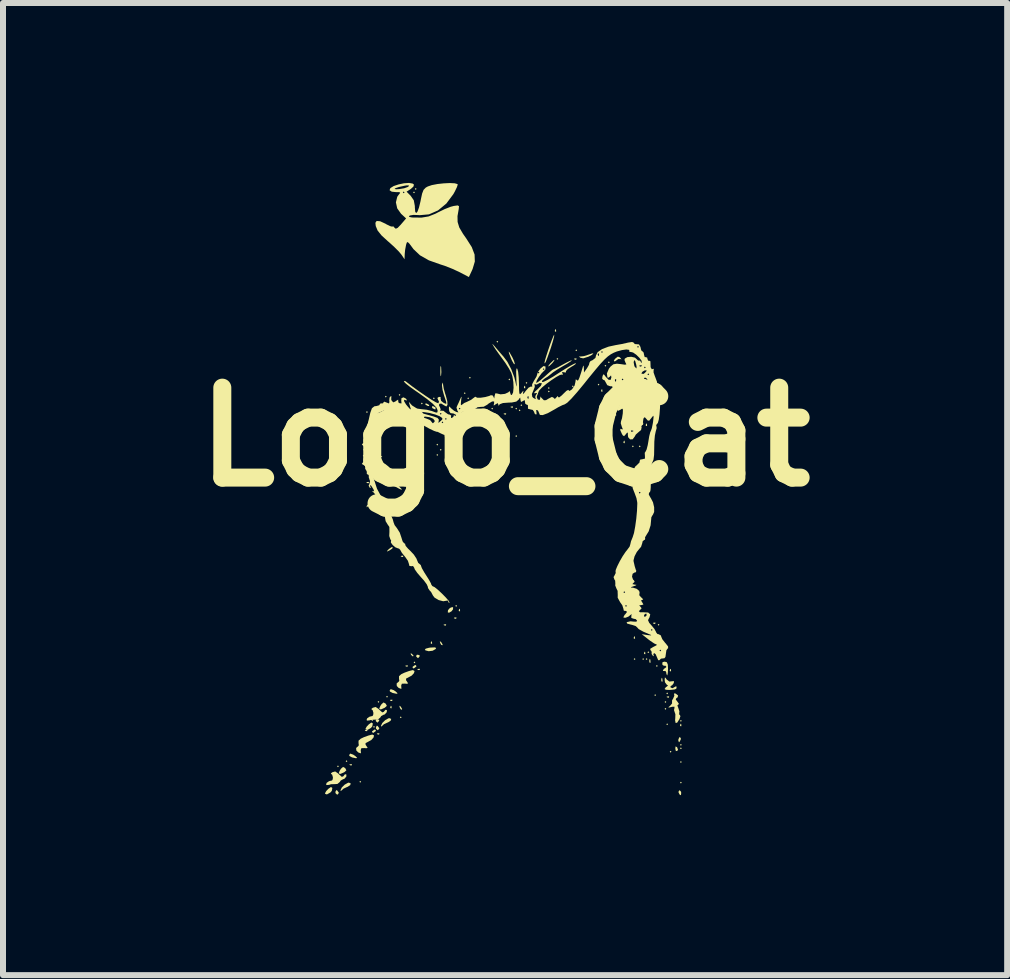
<source format=kicad_pcb>
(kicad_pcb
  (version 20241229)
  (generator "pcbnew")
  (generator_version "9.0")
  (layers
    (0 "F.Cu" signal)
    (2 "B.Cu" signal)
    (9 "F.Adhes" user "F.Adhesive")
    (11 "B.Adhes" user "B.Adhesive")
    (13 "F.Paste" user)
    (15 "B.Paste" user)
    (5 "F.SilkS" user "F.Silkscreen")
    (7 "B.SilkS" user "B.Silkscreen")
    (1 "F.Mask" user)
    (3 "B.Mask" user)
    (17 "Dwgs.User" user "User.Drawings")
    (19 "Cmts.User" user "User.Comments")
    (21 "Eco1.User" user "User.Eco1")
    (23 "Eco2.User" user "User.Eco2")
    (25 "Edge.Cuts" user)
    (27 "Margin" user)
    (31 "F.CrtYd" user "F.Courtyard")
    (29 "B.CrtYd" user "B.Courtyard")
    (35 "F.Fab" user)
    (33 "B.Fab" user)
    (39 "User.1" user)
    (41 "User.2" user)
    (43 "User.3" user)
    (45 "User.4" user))
  (footprint "Logo_Cat"
    (layer "F.Cu")
    (at 5.371 4.235)
    (property "Reference" "Logo_Cat" (at 0 0 0) (layer "F.SilkS") (effects (font (size 1.5 1.5) (thickness 0.3))))
    (attr board_only exclude_from_pos_files exclude_from_bom)
    (fp_poly (pts (xy -2.772 5.493) (xy -2.786 5.507) (xy -2.8 5.493) (xy -2.786 5.478)) (stroke (width 0) (type solid)) (fill yes) (layer "F.SilkS"))
    (fp_poly (pts (xy -2.629 5.407) (xy -2.643 5.421) (xy -2.657 5.407) (xy -2.643 5.392)) (stroke (width 0) (type solid)) (fill yes) (layer "F.SilkS"))
    (fp_poly (pts (xy -2.4 5.75) (xy -2.414 5.764) (xy -2.429 5.75) (xy -2.414 5.736)) (stroke (width 0) (type solid)) (fill yes) (layer "F.SilkS"))
    (fp_poly (pts (xy -2.288 -0.415) (xy -2.303 -0.4) (xy -2.317 -0.415) (xy -2.303 -0.429)) (stroke (width 0) (type solid)) (fill yes) (layer "F.SilkS"))
    (fp_poly (pts (xy -2.171 4.835) (xy -2.185 4.849) (xy -2.2 4.835) (xy -2.185 4.82)) (stroke (width 0) (type solid)) (fill yes) (layer "F.SilkS"))
    (fp_poly (pts (xy -2.097 4.418) (xy -2.111 4.432) (xy -2.125 4.418) (xy -2.111 4.403)) (stroke (width 0) (type solid)) (fill yes) (layer "F.SilkS"))
    (fp_poly (pts (xy -2.088 1.187) (xy -2.102 1.201) (xy -2.117 1.187) (xy -2.102 1.173)) (stroke (width 0) (type solid)) (fill yes) (layer "F.SilkS"))
    (fp_poly (pts (xy -1.974 -0.672) (xy -1.988 -0.658) (xy -2.002 -0.672) (xy -1.988 -0.686)) (stroke (width 0) (type solid)) (fill yes) (layer "F.SilkS"))
    (fp_poly (pts (xy -1.954 4.332) (xy -1.968 4.346) (xy -1.982 4.332) (xy -1.968 4.317)) (stroke (width 0) (type solid)) (fill yes) (layer "F.SilkS"))
    (fp_poly (pts (xy -1.745 -0.701) (xy -1.759 -0.686) (xy -1.773 -0.701) (xy -1.759 -0.715)) (stroke (width 0) (type solid)) (fill yes) (layer "F.SilkS"))
    (fp_poly (pts (xy -1.725 4.675) (xy -1.739 4.689) (xy -1.754 4.675) (xy -1.739 4.661)) (stroke (width 0) (type solid)) (fill yes) (layer "F.SilkS"))
    (fp_poly (pts (xy -1.716 0.758) (xy -1.731 0.772) (xy -1.745 0.758) (xy -1.731 0.744)) (stroke (width 0) (type solid)) (fill yes) (layer "F.SilkS"))
    (fp_poly (pts (xy -1.504 -4.077) (xy -1.518 -4.063) (xy -1.533 -4.077) (xy -1.518 -4.092)) (stroke (width 0) (type solid)) (fill yes) (layer "F.SilkS"))
    (fp_poly (pts (xy -1.496 3.76) (xy -1.51 3.774) (xy -1.525 3.76) (xy -1.51 3.745)) (stroke (width 0) (type solid)) (fill yes) (layer "F.SilkS"))
    (fp_poly (pts (xy -1.475 -4.135) (xy -1.49 -4.12) (xy -1.504 -4.135) (xy -1.49 -4.149)) (stroke (width 0) (type solid)) (fill yes) (layer "F.SilkS"))
    (fp_poly (pts (xy -1.373 -0.558) (xy -1.387 -0.543) (xy -1.402 -0.558) (xy -1.387 -0.572)) (stroke (width 0) (type solid)) (fill yes) (layer "F.SilkS"))
    (fp_poly (pts (xy -1.173 -0.644) (xy -1.187 -0.629) (xy -1.201 -0.644) (xy -1.187 -0.658)) (stroke (width 0) (type solid)) (fill yes) (layer "F.SilkS"))
    (fp_poly (pts (xy -1.116 0.129) (xy -1.13 0.143) (xy -1.144 0.129) (xy -1.13 0.114)) (stroke (width 0) (type solid)) (fill yes) (layer "F.SilkS"))
    (fp_poly (pts (xy -1.116 0.3) (xy -1.13 0.315) (xy -1.144 0.3) (xy -1.13 0.286)) (stroke (width 0) (type solid)) (fill yes) (layer "F.SilkS"))
    (fp_poly (pts (xy -1.058 0.215) (xy -1.073 0.229) (xy -1.087 0.215) (xy -1.073 0.2)) (stroke (width 0) (type solid)) (fill yes) (layer "F.SilkS"))
    (fp_poly (pts (xy -0.915 0.329) (xy -0.93 0.343) (xy -0.944 0.329) (xy -0.93 0.315)) (stroke (width 0) (type solid)) (fill yes) (layer "F.SilkS"))
    (fp_poly (pts (xy -0.915 0.386) (xy -0.93 0.4) (xy -0.944 0.386) (xy -0.93 0.372)) (stroke (width 0) (type solid)) (fill yes) (layer "F.SilkS"))
    (fp_poly (pts (xy -0.83 0.272) (xy -0.844 0.286) (xy -0.858 0.272) (xy -0.844 0.257)) (stroke (width 0) (type solid)) (fill yes) (layer "F.SilkS"))
    (fp_poly (pts (xy -0.83 0.443) (xy -0.844 0.458) (xy -0.858 0.443) (xy -0.844 0.429)) (stroke (width 0) (type solid)) (fill yes) (layer "F.SilkS"))
    (fp_poly (pts (xy -0.801 2.817) (xy -0.815 2.832) (xy -0.83 2.817) (xy -0.815 2.803)) (stroke (width 0) (type solid)) (fill yes) (layer "F.SilkS"))
    (fp_poly (pts (xy -0.715 0.501) (xy -0.729 0.515) (xy -0.744 0.501) (xy -0.729 0.486)) (stroke (width 0) (type solid)) (fill yes) (layer "F.SilkS"))
    (fp_poly (pts (xy -0.658 -0.729) (xy -0.672 -0.715) (xy -0.686 -0.729) (xy -0.672 -0.744)) (stroke (width 0) (type solid)) (fill yes) (layer "F.SilkS"))
    (fp_poly (pts (xy -0.629 -0.272) (xy -0.644 -0.257) (xy -0.658 -0.272) (xy -0.644 -0.286)) (stroke (width 0) (type solid)) (fill yes) (layer "F.SilkS"))
    (fp_poly (pts (xy -0.601 -0.644) (xy -0.615 -0.629) (xy -0.629 -0.644) (xy -0.615 -0.658)) (stroke (width 0) (type solid)) (fill yes) (layer "F.SilkS"))
    (fp_poly (pts (xy -0.572 -0.987) (xy -0.586 -0.973) (xy -0.601 -0.987) (xy -0.586 -1.001)) (stroke (width 0) (type solid)) (fill yes) (layer "F.SilkS"))
    (fp_poly (pts (xy -0.515 -0.3) (xy -0.529 -0.286) (xy -0.543 -0.3) (xy -0.529 -0.315)) (stroke (width 0) (type solid)) (fill yes) (layer "F.SilkS"))
    (fp_poly (pts (xy -0.286 -0.415) (xy -0.3 -0.4) (xy -0.315 -0.415) (xy -0.3 -0.429)) (stroke (width 0) (type solid)) (fill yes) (layer "F.SilkS"))
    (fp_poly (pts (xy -0.2 -0.472) (xy -0.215 -0.458) (xy -0.229 -0.472) (xy -0.215 -0.486)) (stroke (width 0) (type solid)) (fill yes) (layer "F.SilkS"))
    (fp_poly (pts (xy -0.114 -1.588) (xy -0.129 -1.573) (xy -0.143 -1.588) (xy -0.129 -1.602)) (stroke (width 0) (type solid)) (fill yes) (layer "F.SilkS"))
    (fp_poly (pts (xy 0.086 -0.958) (xy 0.072 -0.944) (xy 0.057 -0.958) (xy 0.072 -0.973)) (stroke (width 0) (type solid)) (fill yes) (layer "F.SilkS"))
    (fp_poly (pts (xy 0.2 -0.472) (xy 0.186 -0.458) (xy 0.172 -0.472) (xy 0.186 -0.486)) (stroke (width 0) (type solid)) (fill yes) (layer "F.SilkS"))
    (fp_poly (pts (xy 0.2 -0.014) (xy 0.186 -0.000001) (xy 0.172 -0.014) (xy 0.186 -0.029)) (stroke (width 0) (type solid)) (fill yes) (layer "F.SilkS"))
    (fp_poly (pts (xy 0.257 -0.443) (xy 0.243 -0.429) (xy 0.229 -0.443) (xy 0.243 -0.458)) (stroke (width 0) (type solid)) (fill yes) (layer "F.SilkS"))
    (fp_poly (pts (xy 0.286 -0.529) (xy 0.272 -0.515) (xy 0.257 -0.529) (xy 0.272 -0.543)) (stroke (width 0) (type solid)) (fill yes) (layer "F.SilkS"))
    (fp_poly (pts (xy 0.372 -0.901) (xy 0.358 -0.887) (xy 0.343 -0.901) (xy 0.358 -0.915)) (stroke (width 0) (type solid)) (fill yes) (layer "F.SilkS"))
    (fp_poly (pts (xy 0.744 -0.815) (xy 0.729 -0.801) (xy 0.715 -0.815) (xy 0.729 -0.83)) (stroke (width 0) (type solid)) (fill yes) (layer "F.SilkS"))
    (fp_poly (pts (xy 0.744 -0.758) (xy 0.729 -0.744) (xy 0.715 -0.758) (xy 0.729 -0.772)) (stroke (width 0) (type solid)) (fill yes) (layer "F.SilkS"))
    (fp_poly (pts (xy 0.887 -1.301) (xy 0.872 -1.287) (xy 0.858 -1.301) (xy 0.872 -1.316)) (stroke (width 0) (type solid)) (fill yes) (layer "F.SilkS"))
    (fp_poly (pts (xy 1.144 -0.844) (xy 1.13 -0.83) (xy 1.116 -0.844) (xy 1.13 -0.858)) (stroke (width 0) (type solid)) (fill yes) (layer "F.SilkS"))
    (fp_poly (pts (xy 1.201 -1.444) (xy 1.187 -1.43) (xy 1.173 -1.444) (xy 1.187 -1.459)) (stroke (width 0) (type solid)) (fill yes) (layer "F.SilkS"))
    (fp_poly (pts (xy 1.573 -0.872) (xy 1.559 -0.858) (xy 1.545 -0.872) (xy 1.559 -0.887)) (stroke (width 0) (type solid)) (fill yes) (layer "F.SilkS"))
    (fp_poly (pts (xy 1.688 -1.187) (xy 1.673 -1.173) (xy 1.659 -1.187) (xy 1.673 -1.201)) (stroke (width 0) (type solid)) (fill yes) (layer "F.SilkS"))
    (fp_poly (pts (xy 1.716 -0.672) (xy 1.702 -0.658) (xy 1.688 -0.672) (xy 1.702 -0.686)) (stroke (width 0) (type solid)) (fill yes) (layer "F.SilkS"))
    (fp_poly (pts (xy 1.745 -1.244) (xy 1.731 -1.23) (xy 1.716 -1.244) (xy 1.731 -1.259)) (stroke (width 0) (type solid)) (fill yes) (layer "F.SilkS"))
    (fp_poly (pts (xy 1.745 -0.358) (xy 1.731 -0.343) (xy 1.716 -0.358) (xy 1.731 -0.372)) (stroke (width 0) (type solid)) (fill yes) (layer "F.SilkS"))
    (fp_poly (pts (xy 1.802 -0.615) (xy 1.788 -0.601) (xy 1.773 -0.615) (xy 1.788 -0.629)) (stroke (width 0) (type solid)) (fill yes) (layer "F.SilkS"))
    (fp_poly (pts (xy 2.145 0.157) (xy 2.131 0.172) (xy 2.117 0.157) (xy 2.131 0.143)) (stroke (width 0) (type solid)) (fill yes) (layer "F.SilkS"))
    (fp_poly (pts (xy 2.174 3.704) (xy 2.16 3.718) (xy 2.145 3.704) (xy 2.16 3.69)) (stroke (width 0) (type solid)) (fill yes) (layer "F.SilkS"))
    (fp_poly (pts (xy 2.26 0.157) (xy 2.245 0.172) (xy 2.231 0.157) (xy 2.245 0.143)) (stroke (width 0) (type solid)) (fill yes) (layer "F.SilkS"))
    (fp_poly (pts (xy 2.317 3.704) (xy 2.303 3.718) (xy 2.288 3.704) (xy 2.303 3.69)) (stroke (width 0) (type solid)) (fill yes) (layer "F.SilkS"))
    (fp_poly (pts (xy 2.374 3.704) (xy 2.36 3.718) (xy 2.345 3.704) (xy 2.36 3.69)) (stroke (width 0) (type solid)) (fill yes) (layer "F.SilkS"))
    (fp_poly (pts (xy 2.403 3.59) (xy 2.388 3.604) (xy 2.374 3.59) (xy 2.388 3.575)) (stroke (width 0) (type solid)) (fill yes) (layer "F.SilkS"))
    (fp_poly (pts (xy 2.517 4.305) (xy 2.503 4.319) (xy 2.489 4.305) (xy 2.503 4.291)) (stroke (width 0) (type solid)) (fill yes) (layer "F.SilkS"))
    (fp_poly (pts (xy 2.546 3.819) (xy 2.531 3.833) (xy 2.517 3.819) (xy 2.531 3.804)) (stroke (width 0) (type solid)) (fill yes) (layer "F.SilkS"))
    (fp_poly (pts (xy 2.574 3.132) (xy 2.56 3.146) (xy 2.546 3.132) (xy 2.56 3.118)) (stroke (width 0) (type solid)) (fill yes) (layer "F.SilkS"))
    (fp_poly (pts (xy 2.689 4.419) (xy 2.674 4.434) (xy 2.66 4.419) (xy 2.674 4.405)) (stroke (width 0) (type solid)) (fill yes) (layer "F.SilkS"))
    (fp_poly (pts (xy 2.689 4.534) (xy 2.674 4.548) (xy 2.66 4.534) (xy 2.674 4.519)) (stroke (width 0) (type solid)) (fill yes) (layer "F.SilkS"))
    (fp_poly (pts (xy 2.717 4.276) (xy 2.703 4.291) (xy 2.689 4.276) (xy 2.703 4.262)) (stroke (width 0) (type solid)) (fill yes) (layer "F.SilkS"))
    (fp_poly (pts (xy 2.717 4.791) (xy 2.703 4.805) (xy 2.689 4.791) (xy 2.703 4.777)) (stroke (width 0) (type solid)) (fill yes) (layer "F.SilkS"))
    (fp_poly (pts (xy 2.775 5.249) (xy 2.76 5.263) (xy 2.746 5.249) (xy 2.76 5.234)) (stroke (width 0) (type solid)) (fill yes) (layer "F.SilkS"))
    (fp_poly (pts (xy 2.946 4.734) (xy 2.932 4.748) (xy 2.918 4.734) (xy 2.932 4.72)) (stroke (width 0) (type solid)) (fill yes) (layer "F.SilkS"))
    (fp_poly (pts (xy 2.946 5.134) (xy 2.932 5.149) (xy 2.918 5.134) (xy 2.932 5.12)) (stroke (width 0) (type solid)) (fill yes) (layer "F.SilkS"))
    (fp_poly (pts (xy 2.946 5.192) (xy 2.932 5.206) (xy 2.918 5.192) (xy 2.932 5.177)) (stroke (width 0) (type solid)) (fill yes) (layer "F.SilkS"))
    (fp_poly (pts (xy 2.946 5.42) (xy 2.932 5.435) (xy 2.918 5.42) (xy 2.932 5.406)) (stroke (width 0) (type solid)) (fill yes) (layer "F.SilkS"))
    (fp_poly (pts (xy 2.946 5.764) (xy 2.932 5.778) (xy 2.918 5.764) (xy 2.932 5.749)) (stroke (width 0) (type solid)) (fill yes) (layer "F.SilkS"))
    (fp_poly (pts (xy -2.553 5.459) (xy -2.556 5.476) (xy -2.572 5.478) (xy -2.595 5.468) (xy -2.591 5.459) (xy -2.557 5.456)) (stroke (width 0) (type solid)) (fill yes) (layer "F.SilkS"))
    (fp_poly (pts (xy -2.295 4.887) (xy -2.299 4.904) (xy -2.314 4.906) (xy -2.338 4.896) (xy -2.333 4.887) (xy -2.299 4.884)) (stroke (width 0) (type solid)) (fill yes) (layer "F.SilkS"))
    (fp_poly (pts (xy -2.269 0.753) (xy -2.273 0.77) (xy -2.288 0.772) (xy -2.312 0.762) (xy -2.307 0.753) (xy -2.273 0.75)) (stroke (width 0) (type solid)) (fill yes) (layer "F.SilkS"))
    (fp_poly (pts (xy -2.095 4.944) (xy -2.099 4.961) (xy -2.114 4.963) (xy -2.138 4.953) (xy -2.133 4.944) (xy -2.099 4.941)) (stroke (width 0) (type solid)) (fill yes) (layer "F.SilkS"))
    (fp_poly (pts (xy -2.052 0.324) (xy -2.049 0.335) (xy -2.088 0.339) (xy -2.129 0.334) (xy -2.124 0.324) (xy -2.065 0.321)) (stroke (width 0) (type solid)) (fill yes) (layer "F.SilkS"))
    (fp_poly (pts (xy -1.895 4.487) (xy -1.891 4.521) (xy -1.895 4.525) (xy -1.912 4.521) (xy -1.914 4.506) (xy -1.903 4.482)) (stroke (width 0) (type solid)) (fill yes) (layer "F.SilkS"))
    (fp_poly (pts (xy -1.878 4.384) (xy -1.881 4.401) (xy -1.897 4.403) (xy -1.92 4.393) (xy -1.916 4.384) (xy -1.882 4.381)) (stroke (width 0) (type solid)) (fill yes) (layer "F.SilkS"))
    (fp_poly (pts (xy -1.697 1.983) (xy -1.701 2) (xy -1.716 2.002) (xy -1.74 1.992) (xy -1.735 1.983) (xy -1.701 1.98)) (stroke (width 0) (type solid)) (fill yes) (layer "F.SilkS"))
    (fp_poly (pts (xy -1.62 3.812) (xy -1.624 3.829) (xy -1.639 3.831) (xy -1.663 3.821) (xy -1.658 3.812) (xy -1.624 3.809)) (stroke (width 0) (type solid)) (fill yes) (layer "F.SilkS"))
    (fp_poly (pts (xy -1.42 3.869) (xy -1.424 3.886) (xy -1.439 3.888) (xy -1.463 3.878) (xy -1.458 3.869) (xy -1.424 3.866)) (stroke (width 0) (type solid)) (fill yes) (layer "F.SilkS"))
    (fp_poly (pts (xy -1.22 3.412) (xy -1.216 3.446) (xy -1.22 3.45) (xy -1.237 3.446) (xy -1.239 3.431) (xy -1.228 3.407)) (stroke (width 0) (type solid)) (fill yes) (layer "F.SilkS"))
    (fp_poly (pts (xy -0.982 3.127) (xy -0.986 3.144) (xy -1.001 3.146) (xy -1.025 3.136) (xy -1.02 3.127) (xy -0.986 3.124)) (stroke (width 0) (type solid)) (fill yes) (layer "F.SilkS"))
    (fp_poly (pts (xy -0.81 3.013) (xy -0.814 3.03) (xy -0.83 3.032) (xy -0.853 3.022) (xy -0.849 3.013) (xy -0.815 3.009)) (stroke (width 0) (type solid)) (fill yes) (layer "F.SilkS"))
    (fp_poly (pts (xy -0.753 2.87) (xy -0.75 2.904) (xy -0.753 2.908) (xy -0.77 2.904) (xy -0.772 2.889) (xy -0.762 2.865)) (stroke (width 0) (type solid)) (fill yes) (layer "F.SilkS"))
    (fp_poly (pts (xy -0.01 0.01) (xy -0.006 0.043) (xy -0.01 0.048) (xy -0.027 0.044) (xy -0.029 0.029) (xy -0.018 0.005)) (stroke (width 0) (type solid)) (fill yes) (layer "F.SilkS"))
    (fp_poly (pts (xy 0.019 -0.391) (xy 0.015 -0.374) (xy -0.000001 -0.372) (xy -0.024 -0.382) (xy -0.019 -0.391) (xy 0.015 -0.394)) (stroke (width 0) (type solid)) (fill yes) (layer "F.SilkS"))
    (fp_poly (pts (xy 0.133 -0.505) (xy 0.13 -0.488) (xy 0.114 -0.486) (xy 0.091 -0.497) (xy 0.095 -0.505) (xy 0.129 -0.509)) (stroke (width 0) (type solid)) (fill yes) (layer "F.SilkS"))
    (fp_poly (pts (xy 0.334 -0.849) (xy 0.337 -0.815) (xy 0.334 -0.81) (xy 0.317 -0.814) (xy 0.315 -0.83) (xy 0.325 -0.853)) (stroke (width 0) (type solid)) (fill yes) (layer "F.SilkS"))
    (fp_poly (pts (xy 0.849 -1.792) (xy 0.852 -1.759) (xy 0.849 -1.754) (xy 0.832 -1.758) (xy 0.83 -1.773) (xy 0.84 -1.797)) (stroke (width 0) (type solid)) (fill yes) (layer "F.SilkS"))
    (fp_poly (pts (xy 1.192 -1.306) (xy 1.188 -1.289) (xy 1.173 -1.287) (xy 1.149 -1.298) (xy 1.154 -1.306) (xy 1.188 -1.31)) (stroke (width 0) (type solid)) (fill yes) (layer "F.SilkS"))
    (fp_poly (pts (xy 1.621 -0.791) (xy 1.624 -0.757) (xy 1.621 -0.753) (xy 1.604 -0.757) (xy 1.602 -0.772) (xy 1.612 -0.796)) (stroke (width 0) (type solid)) (fill yes) (layer "F.SilkS"))
    (fp_poly (pts (xy 1.707 -0.448) (xy 1.71 -0.414) (xy 1.707 -0.41) (xy 1.69 -0.414) (xy 1.688 -0.429) (xy 1.698 -0.453)) (stroke (width 0) (type solid)) (fill yes) (layer "F.SilkS"))
    (fp_poly (pts (xy 1.85 -0.391) (xy 1.853 -0.357) (xy 1.85 -0.353) (xy 1.833 -0.357) (xy 1.831 -0.372) (xy 1.841 -0.395)) (stroke (width 0) (type solid)) (fill yes) (layer "F.SilkS"))
    (fp_poly (pts (xy 1.993 0.067) (xy 1.996 0.101) (xy 1.993 0.105) (xy 1.976 0.101) (xy 1.974 0.086) (xy 1.984 0.062)) (stroke (width 0) (type solid)) (fill yes) (layer "F.SilkS"))
    (fp_poly (pts (xy 2.164 3.328) (xy 2.168 3.361) (xy 2.164 3.366) (xy 2.147 3.362) (xy 2.145 3.347) (xy 2.156 3.323)) (stroke (width 0) (type solid)) (fill yes) (layer "F.SilkS"))
    (fp_poly (pts (xy 2.336 3.585) (xy 2.339 3.619) (xy 2.336 3.623) (xy 2.319 3.619) (xy 2.317 3.604) (xy 2.327 3.581)) (stroke (width 0) (type solid)) (fill yes) (layer "F.SilkS"))
    (fp_poly (pts (xy 2.365 -0.219) (xy 2.368 -0.185) (xy 2.365 -0.181) (xy 2.348 -0.185) (xy 2.345 -0.2) (xy 2.356 -0.224)) (stroke (width 0) (type solid)) (fill yes) (layer "F.SilkS"))
    (fp_poly (pts (xy 2.422 3.713) (xy 2.426 3.758) (xy 2.42 3.768) (xy 2.407 3.759) (xy 2.405 3.73) (xy 2.412 3.7)) (stroke (width 0) (type solid)) (fill yes) (layer "F.SilkS"))
    (fp_poly (pts (xy 2.508 3.099) (xy 2.504 3.116) (xy 2.489 3.118) (xy 2.465 3.107) (xy 2.469 3.099) (xy 2.503 3.095)) (stroke (width 0) (type solid)) (fill yes) (layer "F.SilkS"))
    (fp_poly (pts (xy 2.622 4.028) (xy 2.626 4.072) (xy 2.62 4.083) (xy 2.607 4.074) (xy 2.605 4.045) (xy 2.612 4.015)) (stroke (width 0) (type solid)) (fill yes) (layer "F.SilkS"))
    (fp_poly (pts (xy 2.736 4.329) (xy 2.732 4.346) (xy 2.717 4.348) (xy 2.694 4.337) (xy 2.698 4.329) (xy 2.732 4.325)) (stroke (width 0) (type solid)) (fill yes) (layer "F.SilkS"))
    (fp_poly (pts (xy 2.765 3.871) (xy 2.768 3.905) (xy 2.765 3.909) (xy 2.748 3.905) (xy 2.746 3.89) (xy 2.756 3.867)) (stroke (width 0) (type solid)) (fill yes) (layer "F.SilkS"))
    (fp_poly (pts (xy 2.937 4.786) (xy 2.94 4.82) (xy 2.937 4.824) (xy 2.92 4.821) (xy 2.918 4.805) (xy 2.928 4.782)) (stroke (width 0) (type solid)) (fill yes) (layer "F.SilkS"))
    (fp_poly (pts (xy -2.233 4.689) (xy -2.202 4.718) (xy -2.208 4.734) (xy -2.212 4.735) (xy -2.237 4.714) (xy -2.245 4.702) (xy -2.249 4.682)) (stroke (width 0) (type solid)) (fill yes) (layer "F.SilkS"))
    (fp_poly (pts (xy -1.88 1.861) (xy -1.921 1.889) (xy -1.967 1.911) (xy -1.966 1.901) (xy -1.939 1.871) (xy -1.895 1.839) (xy -1.872 1.837)) (stroke (width 0) (type solid)) (fill yes) (layer "F.SilkS"))
    (fp_poly (pts (xy -1.742 4.494) (xy -1.739 4.498) (xy -1.716 4.536) (xy -1.719 4.549) (xy -1.74 4.541) (xy -1.755 4.514) (xy -1.763 4.481)) (stroke (width 0) (type solid)) (fill yes) (layer "F.SilkS"))
    (fp_poly (pts (xy -1.558 3.614) (xy -1.527 3.643) (xy -1.533 3.659) (xy -1.537 3.66) (xy -1.562 3.639) (xy -1.57 3.627) (xy -1.574 3.607)) (stroke (width 0) (type solid)) (fill yes) (layer "F.SilkS"))
    (fp_poly (pts (xy -1.303 -0.554) (xy -1.263 -0.531) (xy -1.269 -0.516) (xy -1.285 -0.515) (xy -1.324 -0.536) (xy -1.33 -0.543) (xy -1.325 -0.559)) (stroke (width 0) (type solid)) (fill yes) (layer "F.SilkS"))
    (fp_poly (pts (xy -1.067 3.419) (xy -1.064 3.423) (xy -1.041 3.461) (xy -1.044 3.474) (xy -1.065 3.466) (xy -1.08 3.439) (xy -1.088 3.406)) (stroke (width 0) (type solid)) (fill yes) (layer "F.SilkS"))
    (fp_poly (pts (xy 2.865 5.171) (xy 2.868 5.173) (xy 2.884 5.216) (xy 2.872 5.234) (xy 2.848 5.238) (xy 2.839 5.201) (xy 2.842 5.161)) (stroke (width 0) (type solid)) (fill yes) (layer "F.SilkS"))
    (fp_poly (pts (xy -2.8 5.893) (xy -2.773 5.93) (xy -2.772 5.938) (xy -2.794 5.964) (xy -2.8 5.965) (xy -2.826 5.941) (xy -2.829 5.92) (xy -2.815 5.89)) (stroke (width 0) (type solid)) (fill yes) (layer "F.SilkS"))
    (fp_poly (pts (xy -2.532 5.297) (xy -2.498 5.32) (xy -2.466 5.35) (xy -2.483 5.358) (xy -2.55 5.344) (xy -2.593 5.321) (xy -2.6 5.305) (xy -2.582 5.28)) (stroke (width 0) (type solid)) (fill yes) (layer "F.SilkS"))
    (fp_poly (pts (xy -2.269 1.134) (xy -2.274 1.144) (xy -2.301 1.171) (xy -2.306 1.173) (xy -2.308 1.154) (xy -2.303 1.144) (xy -2.276 1.117) (xy -2.271 1.116)) (stroke (width 0) (type solid)) (fill yes) (layer "F.SilkS"))
    (fp_poly (pts (xy -2.152 4.895) (xy -2.157 4.906) (xy -2.195 4.934) (xy -2.203 4.935) (xy -2.219 4.917) (xy -2.214 4.906) (xy -2.176 4.879) (xy -2.168 4.878)) (stroke (width 0) (type solid)) (fill yes) (layer "F.SilkS"))
    (fp_poly (pts (xy -2.125 4.818) (xy -2.098 4.855) (xy -2.097 4.863) (xy -2.119 4.889) (xy -2.125 4.89) (xy -2.151 4.866) (xy -2.154 4.845) (xy -2.14 4.815)) (stroke (width 0) (type solid)) (fill yes) (layer "F.SilkS"))
    (fp_poly (pts (xy -2.097 4.719) (xy -2.1 4.735) (xy -2.124 4.762) (xy -2.128 4.763) (xy -2.151 4.743) (xy -2.157 4.735) (xy -2.15 4.71) (xy -2.128 4.706)) (stroke (width 0) (type solid)) (fill yes) (layer "F.SilkS"))
    (fp_poly (pts (xy -1.857 4.222) (xy -1.823 4.245) (xy -1.791 4.275) (xy -1.808 4.283) (xy -1.875 4.269) (xy -1.918 4.246) (xy -1.925 4.23) (xy -1.907 4.205)) (stroke (width 0) (type solid)) (fill yes) (layer "F.SilkS"))
    (fp_poly (pts (xy -1.477 3.82) (xy -1.482 3.831) (xy -1.52 3.859) (xy -1.528 3.86) (xy -1.544 3.842) (xy -1.539 3.831) (xy -1.501 3.804) (xy -1.493 3.803)) (stroke (width 0) (type solid)) (fill yes) (layer "F.SilkS"))
    (fp_poly (pts (xy -1.422 3.644) (xy -1.425 3.66) (xy -1.449 3.687) (xy -1.453 3.688) (xy -1.476 3.668) (xy -1.482 3.66) (xy -1.475 3.635) (xy -1.453 3.631)) (stroke (width 0) (type solid)) (fill yes) (layer "F.SilkS"))
    (fp_poly (pts (xy -1.164 -0.494) (xy -1.158 -0.486) (xy -1.16 -0.46) (xy -1.169 -0.458) (xy -1.21 -0.479) (xy -1.216 -0.486) (xy -1.214 -0.513) (xy -1.205 -0.515)) (stroke (width 0) (type solid)) (fill yes) (layer "F.SilkS"))
    (fp_poly (pts (xy -1.066 -1.165) (xy -1.062 -1.081) (xy -1.067 -1.022) (xy -1.074 -1.011) (xy -1.078 -1.048) (xy -1.079 -1.101) (xy -1.077 -1.166) (xy -1.071 -1.185)) (stroke (width 0) (type solid)) (fill yes) (layer "F.SilkS"))
    (fp_poly (pts (xy -0.866 2.843) (xy -0.868 2.875) (xy -0.892 2.907) (xy -0.935 2.932) (xy -0.955 2.924) (xy -0.951 2.888) (xy -0.919 2.852) (xy -0.88 2.837)) (stroke (width 0) (type solid)) (fill yes) (layer "F.SilkS"))
    (fp_poly (pts (xy 0.818 -1.269) (xy 0.787 -1.23) (xy 0.744 -1.188) (xy 0.721 -1.173) (xy 0.726 -1.191) (xy 0.758 -1.23) (xy 0.801 -1.272) (xy 0.824 -1.287)) (stroke (width 0) (type solid)) (fill yes) (layer "F.SilkS"))
    (fp_poly (pts (xy 1.63 -0.443) (xy 1.615 -0.396) (xy 1.602 -0.372) (xy 1.579 -0.349) (xy 1.574 -0.358) (xy 1.588 -0.405) (xy 1.602 -0.429) (xy 1.624 -0.452)) (stroke (width 0) (type solid)) (fill yes) (layer "F.SilkS"))
    (fp_poly (pts (xy 1.687 -0.149) (xy 1.688 -0.143) (xy 1.666 -0.116) (xy 1.657 -0.114) (xy 1.64 -0.132) (xy 1.645 -0.143) (xy 1.67 -0.17) (xy 1.675 -0.172)) (stroke (width 0) (type solid)) (fill yes) (layer "F.SilkS"))
    (fp_poly (pts (xy 1.822 -0.725) (xy 1.816 -0.715) (xy 1.789 -0.688) (xy 1.784 -0.686) (xy 1.782 -0.705) (xy 1.788 -0.715) (xy 1.815 -0.742) (xy 1.82 -0.744)) (stroke (width 0) (type solid)) (fill yes) (layer "F.SilkS"))
    (fp_poly (pts (xy 2.932 5.027) (xy 2.928 5.049) (xy 2.908 5.086) (xy 2.9 5.091) (xy 2.89 5.068) (xy 2.889 5.049) (xy 2.904 5.01) (xy 2.917 5.006)) (stroke (width 0) (type solid)) (fill yes) (layer "F.SilkS"))
    (fp_poly (pts (xy 2.934 5.916) (xy 2.937 5.935) (xy 2.933 5.974) (xy 2.915 5.966) (xy 2.908 5.959) (xy 2.89 5.92) (xy 2.905 5.894) (xy 2.913 5.892)) (stroke (width 0) (type solid)) (fill yes) (layer "F.SilkS"))
    (fp_poly (pts (xy -2.882 5.85) (xy -2.88 5.856) (xy -2.889 5.902) (xy -2.912 5.928) (xy -2.97 5.961) (xy -2.999 5.952) (xy -3.001 5.94) (xy -2.982 5.905) (xy -2.946 5.867) (xy -2.903 5.837)) (stroke (width 0) (type solid)) (fill yes) (layer "F.SilkS"))
    (fp_poly (pts (xy -2.207 4.775) (xy -2.205 4.781) (xy -2.214 4.827) (xy -2.237 4.853) (xy -2.295 4.886) (xy -2.324 4.877) (xy -2.326 4.865) (xy -2.307 4.83) (xy -2.271 4.792) (xy -2.228 4.762)) (stroke (width 0) (type solid)) (fill yes) (layer "F.SilkS"))
    (fp_poly (pts (xy -1.149 3.519) (xy -1.158 3.537) (xy -1.207 3.565) (xy -1.273 3.573) (xy -1.327 3.559) (xy -1.337 3.548) (xy -1.322 3.53) (xy -1.266 3.515) (xy -1.241 3.512) (xy -1.171 3.509)) (stroke (width 0) (type solid)) (fill yes) (layer "F.SilkS"))
    (fp_poly (pts (xy -2.667 5.521) (xy -2.664 5.524) (xy -2.646 5.559) (xy -2.678 5.588) (xy -2.684 5.592) (xy -2.745 5.619) (xy -2.77 5.612) (xy -2.771 5.6) (xy -2.755 5.562) (xy -2.735 5.532) (xy -2.701 5.502)) (stroke (width 0) (type solid)) (fill yes) (layer "F.SilkS"))
    (fp_poly (pts (xy -1.992 4.446) (xy -1.989 4.449) (xy -1.971 4.484) (xy -2.003 4.513) (xy -2.009 4.517) (xy -2.07 4.544) (xy -2.095 4.537) (xy -2.096 4.525) (xy -2.08 4.487) (xy -2.06 4.457) (xy -2.026 4.427)) (stroke (width 0) (type solid)) (fill yes) (layer "F.SilkS"))
    (fp_poly (pts (xy 0.075 -1.409) (xy 0.112 -1.344) (xy 0.118 -1.335) (xy 0.15 -1.265) (xy 0.163 -1.218) (xy 0.161 -1.21) (xy 0.142 -1.224) (xy 0.113 -1.277) (xy 0.102 -1.302) (xy 0.069 -1.386) (xy 0.06 -1.423)) (stroke (width 0) (type solid)) (fill yes) (layer "F.SilkS"))
    (fp_poly (pts (xy 1.474 -1.39) (xy 1.445 -1.366) (xy 1.391 -1.338) (xy 1.303 -1.31) (xy 1.256 -1.32) (xy 1.231 -1.341) (xy 1.257 -1.341) (xy 1.259 -1.341) (xy 1.315 -1.347) (xy 1.384 -1.369) (xy 1.454 -1.393)) (stroke (width 0) (type solid)) (fill yes) (layer "F.SilkS"))
    (fp_poly (pts (xy 1.914 -1.327) (xy 1.923 -1.317) (xy 1.942 -1.292) (xy 1.926 -1.298) (xy 1.884 -1.298) (xy 1.874 -1.288) (xy 1.833 -1.26) (xy 1.823 -1.259) (xy 1.814 -1.275) (xy 1.839 -1.307) (xy 1.881 -1.339)) (stroke (width 0) (type solid)) (fill yes) (layer "F.SilkS"))
    (fp_poly (pts (xy -2.573 5.777) (xy -2.582 5.806) (xy -2.625 5.834) (xy -2.636 5.838) (xy -2.696 5.866) (xy -2.721 5.89) (xy -2.74 5.906) (xy -2.743 5.89) (xy -2.722 5.845) (xy -2.673 5.797) (xy -2.619 5.767) (xy -2.605 5.764)) (stroke (width 0) (type solid)) (fill yes) (layer "F.SilkS"))
    (fp_poly (pts (xy -1.898 4.702) (xy -1.907 4.731) (xy -1.95 4.759) (xy -1.961 4.763) (xy -2.021 4.791) (xy -2.046 4.815) (xy -2.065 4.831) (xy -2.068 4.815) (xy -2.047 4.77) (xy -1.998 4.722) (xy -1.944 4.692) (xy -1.93 4.689)) (stroke (width 0) (type solid)) (fill yes) (layer "F.SilkS"))
    (fp_poly (pts (xy 0.82 -1.706) (xy 0.818 -1.675) (xy 0.8 -1.604) (xy 0.77 -1.505) (xy 0.758 -1.469) (xy 0.711 -1.335) (xy 0.68 -1.254) (xy 0.662 -1.225) (xy 0.658 -1.238) (xy 0.666 -1.278) (xy 0.688 -1.351) (xy 0.718 -1.444) (xy 0.751 -1.54) (xy 0.783 -1.625) (xy 0.808 -1.686) (xy 0.82 -1.706)) (stroke (width 0) (type solid)) (fill yes) (layer "F.SilkS"))
    (fp_poly (pts (xy 2.698 3.757) (xy 2.714 3.797) (xy 2.717 3.861) (xy 2.714 3.933) (xy 2.706 3.973) (xy 2.703 3.976) (xy 2.69 3.952) (xy 2.689 3.931) (xy 2.675 3.902) (xy 2.66 3.904) (xy 2.634 3.902) (xy 2.632 3.892) (xy 2.652 3.863) (xy 2.66 3.861) (xy 2.688 3.839) (xy 2.689 3.831) (xy 2.672 3.813) (xy 2.663 3.817) (xy 2.633 3.809) (xy 2.621 3.79) (xy 2.626 3.755) (xy 2.661 3.747)) (stroke (width 0) (type solid)) (fill yes) (layer "F.SilkS"))
    (fp_poly (pts (xy 2.68 4.021) (xy 2.692 4.042) (xy 2.739 4.079) (xy 2.776 4.075) (xy 2.816 4.071) (xy 2.814 4.103) (xy 2.785 4.142) (xy 2.77 4.148) (xy 2.756 4.165) (xy 2.761 4.178) (xy 2.793 4.19) (xy 2.82 4.174) (xy 2.853 4.156) (xy 2.86 4.173) (xy 2.856 4.197) (xy 2.831 4.21) (xy 2.769 4.217) (xy 2.739 4.219) (xy 2.682 4.216) (xy 2.66 4.203) (xy 2.682 4.172) (xy 2.696 4.164) (xy 2.717 4.145) (xy 2.696 4.131) (xy 2.667 4.092) (xy 2.661 4.052) (xy 2.665 4.01)) (stroke (width 0) (type solid)) (fill yes) (layer "F.SilkS"))
    (fp_poly (pts (xy -2.786 5.609) (xy -2.769 5.626) (xy -2.722 5.668) (xy -2.697 5.659) (xy -2.696 5.657) (xy -2.669 5.624) (xy -2.645 5.629) (xy -2.647 5.664) (xy -2.681 5.702) (xy -2.7 5.707) (xy -2.741 5.73) (xy -2.754 5.752) (xy -2.794 5.786) (xy -2.836 5.789) (xy -2.902 5.791) (xy -2.934 5.801) (xy -2.974 5.805) (xy -2.984 5.796) (xy -2.975 5.768) (xy -2.935 5.74) (xy -2.89 5.729) (xy -2.885 5.729) (xy -2.873 5.707) (xy -2.87 5.676) (xy -2.883 5.631) (xy -2.9 5.62) (xy -2.903 5.609) (xy -2.878 5.59) (xy -2.832 5.578)) (stroke (width 0) (type solid)) (fill yes) (layer "F.SilkS"))
    (fp_poly (pts (xy -2.184 4.978) (xy -2.194 5.014) (xy -2.231 5.054) (xy -2.278 5.08) (xy -2.326 5.105) (xy -2.325 5.134) (xy -2.311 5.153) (xy -2.291 5.185) (xy -2.315 5.191) (xy -2.344 5.188) (xy -2.396 5.19) (xy -2.407 5.222) (xy -2.406 5.228) (xy -2.403 5.269) (xy -2.406 5.276) (xy -2.436 5.265) (xy -2.45 5.259) (xy -2.48 5.228) (xy -2.483 5.187) (xy -2.459 5.164) (xy -2.455 5.164) (xy -2.438 5.141) (xy -2.443 5.107) (xy -2.443 5.065) (xy -2.407 5.032) (xy -2.355 5.007) (xy -2.278 4.979) (xy -2.22 4.964) (xy -2.211 4.963)) (stroke (width 0) (type solid)) (fill yes) (layer "F.SilkS"))
    (fp_poly (pts (xy -2.111 4.534) (xy -2.094 4.551) (xy -2.047 4.593) (xy -2.022 4.584) (xy -2.021 4.582) (xy -1.994 4.549) (xy -1.97 4.554) (xy -1.972 4.589) (xy -2.006 4.627) (xy -2.025 4.632) (xy -2.066 4.655) (xy -2.079 4.677) (xy -2.119 4.711) (xy -2.161 4.714) (xy -2.227 4.716) (xy -2.259 4.726) (xy -2.299 4.73) (xy -2.309 4.721) (xy -2.3 4.693) (xy -2.26 4.665) (xy -2.215 4.654) (xy -2.21 4.654) (xy -2.198 4.632) (xy -2.195 4.601) (xy -2.208 4.556) (xy -2.225 4.545) (xy -2.228 4.534) (xy -2.203 4.515) (xy -2.157 4.503)) (stroke (width 0) (type solid)) (fill yes) (layer "F.SilkS"))
    (fp_poly (pts (xy -1.509 3.903) (xy -1.519 3.939) (xy -1.556 3.979) (xy -1.603 4.005) (xy -1.651 4.03) (xy -1.65 4.059) (xy -1.636 4.078) (xy -1.616 4.11) (xy -1.64 4.116) (xy -1.669 4.113) (xy -1.721 4.115) (xy -1.732 4.147) (xy -1.731 4.153) (xy -1.728 4.194) (xy -1.731 4.201) (xy -1.761 4.19) (xy -1.775 4.184) (xy -1.805 4.153) (xy -1.808 4.112) (xy -1.784 4.089) (xy -1.78 4.089) (xy -1.763 4.066) (xy -1.768 4.032) (xy -1.768 3.99) (xy -1.732 3.957) (xy -1.68 3.932) (xy -1.603 3.904) (xy -1.545 3.889) (xy -1.536 3.888)) (stroke (width 0) (type solid)) (fill yes) (layer "F.SilkS"))
    (fp_poly (pts (xy 2.845 4.28) (xy 2.885 4.311) (xy 2.877 4.343) (xy 2.857 4.354) (xy 2.846 4.378) (xy 2.873 4.413) (xy 2.899 4.45) (xy 2.89 4.462) (xy 2.873 4.477) (xy 2.889 4.52) (xy 2.907 4.577) (xy 2.903 4.606) (xy 2.904 4.632) (xy 2.913 4.634) (xy 2.924 4.656) (xy 2.908 4.705) (xy 2.87 4.764) (xy 2.844 4.77) (xy 2.835 4.724) (xy 2.838 4.69) (xy 2.84 4.624) (xy 2.828 4.589) (xy 2.828 4.589) (xy 2.817 4.554) (xy 2.823 4.529) (xy 2.826 4.499) (xy 2.79 4.499) (xy 2.772 4.503) (xy 2.726 4.514) (xy 2.729 4.502) (xy 2.753 4.482) (xy 2.785 4.444) (xy 2.784 4.424) (xy 2.785 4.391) (xy 2.802 4.364) (xy 2.823 4.315) (xy 2.818 4.292) (xy 2.822 4.274)) (stroke (width 0) (type solid)) (fill yes) (layer "F.SilkS"))
    (fp_poly (pts (xy -2.062 0.416) (xy -1.997 0.452) (xy -1.942 0.495) (xy -1.917 0.53) (xy -1.916 0.532) (xy -1.897 0.576) (xy -1.872 0.602) (xy -1.842 0.634) (xy -1.859 0.657) (xy -1.872 0.664) (xy -1.913 0.701) (xy -1.903 0.726) (xy -1.852 0.726) (xy -1.816 0.723) (xy -1.823 0.731) (xy -1.831 0.759) (xy -1.787 0.81) (xy -1.78 0.816) (xy -1.729 0.865) (xy -1.721 0.882) (xy -1.758 0.868) (xy -1.842 0.823) (xy -1.845 0.822) (xy -1.918 0.778) (xy -1.968 0.743) (xy -1.977 0.733) (xy -2.003 0.733) (xy -2.022 0.756) (xy -2.044 0.783) (xy -2.065 0.765) (xy -2.083 0.729) (xy -2.103 0.667) (xy -2.102 0.629) (xy -2.104 0.618) (xy -1.964 0.618) (xy -1.959 0.629) (xy -1.934 0.657) (xy -1.929 0.658) (xy -1.917 0.636) (xy -1.916 0.629) (xy -1.938 0.602) (xy -1.947 0.601) (xy -1.964 0.618) (xy -2.104 0.618) (xy -2.107 0.594) (xy -2.116 0.587) (xy -2.137 0.55) (xy -2.145 0.49) (xy -2.138 0.432) (xy -2.119 0.401) (xy -2.114 0.4)) (stroke (width 0) (type solid)) (fill yes) (layer "F.SilkS"))
    (fp_poly (pts (xy -1.54 -4.224) (xy -1.519 -4.207) (xy -1.528 -4.174) (xy -1.572 -4.134) (xy -1.642 -4.089) (xy -1.573 -4.02) (xy -1.522 -3.946) (xy -1.504 -3.85) (xy -1.504 -3.83) (xy -1.498 -3.755) (xy -1.482 -3.733) (xy -1.46 -3.757) (xy -1.435 -3.825) (xy -1.409 -3.932) (xy -1.405 -3.955) (xy -1.383 -4.057) (xy -1.359 -4.119) (xy -1.322 -4.157) (xy -1.288 -4.176) (xy -1.22 -4.199) (xy -1.125 -4.217) (xy -1.021 -4.228) (xy -0.921 -4.233) (xy -0.84 -4.229) (xy -0.794 -4.216) (xy -0.789 -4.207) (xy -0.803 -4.164) (xy -0.837 -4.093) (xy -0.862 -4.048) (xy -0.979 -3.891) (xy -1.117 -3.777) (xy -1.268 -3.711) (xy -1.425 -3.697) (xy -1.447 -3.699) (xy -1.527 -3.702) (xy -1.587 -3.692) (xy -1.593 -3.688) (xy -1.603 -3.67) (xy -1.558 -3.66) (xy -1.533 -3.658) (xy -1.391 -3.657) (xy -1.276 -3.676) (xy -1.162 -3.721) (xy -1.108 -3.749) (xy -1.007 -3.798) (xy -0.908 -3.837) (xy -0.855 -3.851) (xy -0.791 -3.86) (xy -0.768 -3.848) (xy -0.772 -3.804) (xy -0.772 -3.802) (xy -0.793 -3.681) (xy -0.791 -3.584) (xy -0.763 -3.492) (xy -0.702 -3.388) (xy -0.646 -3.308) (xy -0.555 -3.165) (xy -0.508 -3.041) (xy -0.504 -2.924) (xy -0.541 -2.8) (xy -0.554 -2.771) (xy -0.603 -2.666) (xy -0.76 -2.748) (xy -0.879 -2.803) (xy -1.009 -2.854) (xy -1.075 -2.875) (xy -1.27 -2.944) (xy -1.418 -3.028) (xy -1.528 -3.132) (xy -1.546 -3.157) (xy -1.596 -3.224) (xy -1.624 -3.25) (xy -1.639 -3.239) (xy -1.65 -3.204) (xy -1.666 -3.12) (xy -1.673 -3.048) (xy -1.676 -2.962) (xy -1.726 -3.037) (xy -1.772 -3.092) (xy -1.847 -3.167) (xy -1.937 -3.249) (xy -1.952 -3.261) (xy -2.059 -3.359) (xy -2.125 -3.441) (xy -2.156 -3.516) (xy -2.162 -3.57) (xy -2.141 -3.601) (xy -2.083 -3.596) (xy -1.992 -3.554) (xy -1.978 -3.545) (xy -1.915 -3.514) (xy -1.879 -3.505) (xy -1.875 -3.51) (xy -1.863 -3.511) (xy -1.846 -3.491) (xy -1.822 -3.471) (xy -1.79 -3.486) (xy -1.737 -3.541) (xy -1.734 -3.545) (xy -1.65 -3.643) (xy -1.734 -3.721) (xy -1.798 -3.811) (xy -1.82 -3.911) (xy -1.797 -4.005) (xy -1.774 -4.037) (xy -1.748 -4.07) (xy -1.757 -4.077) (xy -1.704 -4.077) (xy -1.69 -4.063) (xy -1.676 -4.077) (xy -1.69 -4.092) (xy -1.704 -4.077) (xy -1.757 -4.077) (xy -1.763 -4.082) (xy -1.821 -4.082) (xy -1.889 -4.089) (xy -1.925 -4.113) (xy -1.925 -4.114) (xy -1.918 -4.134) (xy -1.843 -4.134) (xy -1.813 -4.129) (xy -1.765 -4.132) (xy -1.681 -4.146) (xy -1.62 -4.168) (xy -1.609 -4.176) (xy -1.602 -4.194) (xy -1.643 -4.194) (xy -1.677 -4.188) (xy -1.77 -4.167) (xy -1.827 -4.148) (xy -1.843 -4.134) (xy -1.918 -4.134) (xy -1.912 -4.149) (xy -1.857 -4.183) (xy -1.776 -4.21) (xy -1.686 -4.229) (xy -1.602 -4.235)) (stroke (width 0) (type solid)) (fill yes) (layer "F.SilkS"))
    (fp_poly (pts (xy -1.652 -0.923) (xy -1.544 -0.84) (xy -1.429 -0.757) (xy -1.319 -0.681) (xy -1.223 -0.618) (xy -1.151 -0.576) (xy -1.113 -0.561) (xy -1.11 -0.561) (xy -1.102 -0.593) (xy -1.115 -0.614) (xy -1.128 -0.65) (xy -1.103 -0.667) (xy -1.074 -0.666) (xy -1.076 -0.644) (xy -1.066 -0.602) (xy -1.032 -0.573) (xy -0.994 -0.554) (xy -0.978 -0.555) (xy -0.982 -0.586) (xy -1.006 -0.659) (xy -1.018 -0.695) (xy -1.042 -0.783) (xy -1.052 -0.856) (xy -1.05 -0.878) (xy -1.039 -0.908) (xy -1.034 -0.884) (xy -1.033 -0.869) (xy -1.022 -0.804) (xy -0.997 -0.716) (xy -0.988 -0.69) (xy -0.963 -0.596) (xy -0.96 -0.533) (xy -0.979 -0.507) (xy -1.018 -0.528) (xy -1.021 -0.53) (xy -1.065 -0.557) (xy -1.098 -0.551) (xy -1.1 -0.52) (xy -1.089 -0.503) (xy -1.073 -0.459) (xy -1.08 -0.443) (xy -1.081 -0.432) (xy -1.069 -0.438) (xy -1.026 -0.435) (xy -1.001 -0.414) (xy -0.951 -0.378) (xy -0.924 -0.372) (xy -0.898 -0.357) (xy -0.901 -0.343) (xy -0.899 -0.317) (xy -0.888 -0.315) (xy -0.86 -0.337) (xy -0.858 -0.35) (xy -0.85 -0.368) (xy -0.832 -0.347) (xy -0.795 -0.322) (xy -0.777 -0.326) (xy -0.746 -0.318) (xy -0.712 -0.28) (xy -0.691 -0.235) (xy -0.695 -0.211) (xy -0.731 -0.198) (xy -0.772 -0.192) (xy -0.835 -0.188) (xy -0.774 -0.139) (xy -0.739 -0.098) (xy -0.742 -0.073) (xy -0.758 -0.035) (xy -0.754 -0.013) (xy -0.759 0.021) (xy -0.796 0.029) (xy -0.849 0.044) (xy -0.866 0.064) (xy -0.872 0.071) (xy -0.869 0.042) (xy -0.874 -0.000153) (xy -0.914 -0.019) (xy -0.952 -0.024) (xy -1.024 -0.037) (xy -1.071 -0.058) (xy -1.071 -0.058) (xy -1.123 -0.084) (xy -1.141 -0.086) (xy -1.183 -0.1) (xy -1.261 -0.137) (xy -1.362 -0.193) (xy -1.443 -0.239) (xy -1.607 -0.334) (xy -1.608 -0.334) (xy -1.361 -0.334) (xy -1.351 -0.319) (xy -1.303 -0.303) (xy -1.249 -0.28) (xy -1.23 -0.257) (xy -1.208 -0.23) (xy -1.201 -0.229) (xy -1.176 -0.252) (xy -1.173 -0.269) (xy -1.198 -0.303) (xy -1.258 -0.329) (xy -1.261 -0.329) (xy -1.329 -0.339) (xy -1.361 -0.334) (xy -1.608 -0.334) (xy -1.735 -0.398) (xy -1.796 -0.421) (xy -1.452 -0.421) (xy -1.45 -0.416) (xy -1.405 -0.401) (xy -1.313 -0.375) (xy -1.195 -0.342) (xy -1.126 -0.317) (xy -1.103 -0.287) (xy -1.107 -0.264) (xy -1.112 -0.234) (xy -1.099 -0.243) (xy -1.098 -0.243) (xy -1.058 -0.243) (xy -1.044 -0.229) (xy -1.03 -0.243) (xy -1.044 -0.257) (xy -1.058 -0.243) (xy -1.098 -0.243) (xy -1.055 -0.283) (xy -1.047 -0.29) (xy -1.047 -0.3) (xy -1.001 -0.3) (xy -0.987 -0.286) (xy -0.973 -0.3) (xy -0.772 -0.3) (xy -0.758 -0.286) (xy -0.744 -0.3) (xy -0.758 -0.315) (xy -0.772 -0.3) (xy -0.973 -0.3) (xy -0.987 -0.315) (xy -1.001 -0.3) (xy -1.047 -0.3) (xy -1.046 -0.314) (xy -1.089 -0.344) (xy -1.164 -0.374) (xy -1.211 -0.386) (xy -1.087 -0.386) (xy -1.073 -0.372) (xy -1.058 -0.386) (xy -1.073 -0.4) (xy -1.087 -0.386) (xy -1.211 -0.386) (xy -1.257 -0.399) (xy -1.347 -0.413) (xy -1.416 -0.42) (xy -1.452 -0.421) (xy -1.796 -0.421) (xy -1.835 -0.436) (xy -1.919 -0.452) (xy -1.995 -0.449) (xy -2.01 -0.446) (xy -2.111 -0.4) (xy -2.188 -0.305) (xy -2.241 -0.168) (xy -2.269 0.007) (xy -2.269 0.215) (xy -2.243 0.442) (xy -2.194 0.681) (xy -2.135 0.864) (xy -2.067 0.99) (xy -2.022 1.039) (xy -1.99 1.07) (xy -1.997 1.072) (xy -2 1.071) (xy -2.026 1.065) (xy -2.02 1.081) (xy -1.981 1.1) (xy -1.954 1.095) (xy -1.923 1.092) (xy -1.921 1.127) (xy -1.926 1.151) (xy -1.925 1.24) (xy -1.902 1.306) (xy -1.872 1.374) (xy -1.859 1.424) (xy -1.859 1.424) (xy -1.841 1.471) (xy -1.802 1.522) (xy -1.756 1.595) (xy -1.728 1.678) (xy -1.708 1.742) (xy -1.683 1.773) (xy -1.68 1.773) (xy -1.663 1.785) (xy -1.666 1.79) (xy -1.657 1.817) (xy -1.615 1.866) (xy -1.585 1.894) (xy -1.521 1.962) (xy -1.477 2.029) (xy -1.47 2.048) (xy -1.448 2.1) (xy -1.427 2.117) (xy -1.403 2.139) (xy -1.402 2.148) (xy -1.387 2.188) (xy -1.348 2.257) (xy -1.316 2.307) (xy -1.268 2.383) (xy -1.236 2.441) (xy -1.23 2.461) (xy -1.212 2.488) (xy -1.207 2.489) (xy -1.173 2.506) (xy -1.116 2.552) (xy -1.051 2.613) (xy -0.989 2.676) (xy -0.942 2.73) (xy -0.924 2.763) (xy -0.925 2.765) (xy -0.942 2.762) (xy -0.944 2.749) (xy -0.959 2.726) (xy -0.97 2.73) (xy -1.031 2.74) (xy -1.108 2.72) (xy -1.175 2.68) (xy -1.202 2.645) (xy -1.233 2.586) (xy -1.257 2.561) (xy -1.285 2.519) (xy -1.287 2.5) (xy -1.306 2.457) (xy -1.354 2.392) (xy -1.402 2.339) (xy -1.464 2.267) (xy -1.506 2.207) (xy -1.516 2.179) (xy -1.535 2.152) (xy -1.559 2.156) (xy -1.595 2.151) (xy -1.602 2.12) (xy -1.62 2.065) (xy -1.666 1.999) (xy -1.673 1.991) (xy -1.72 1.933) (xy -1.744 1.891) (xy -1.745 1.886) (xy -1.768 1.862) (xy -1.783 1.859) (xy -1.83 1.84) (xy -1.874 1.802) (xy -1.904 1.761) (xy -1.903 1.745) (xy -1.899 1.728) (xy -1.913 1.706) (xy -1.931 1.652) (xy -1.928 1.583) (xy -1.929 1.501) (xy -1.957 1.461) (xy -1.991 1.405) (xy -2.002 1.343) (xy -2.012 1.277) (xy -2.033 1.243) (xy -2.052 1.204) (xy -2.049 1.187) (xy -2.053 1.137) (xy -2.074 1.097) (xy -2.111 1.062) (xy -2.154 1.068) (xy -2.179 1.081) (xy -2.245 1.118) (xy -2.178 1.06) (xy -2.135 1.019) (xy -2.135 1.003) (xy -2.164 0.999) (xy -2.193 0.992) (xy -2.18 0.982) (xy -2.162 0.961) (xy -2.192 0.926) (xy -2.194 0.925) (xy -2.219 0.9) (xy -2.207 0.902) (xy -2.183 0.908) (xy -2.192 0.877) (xy -2.201 0.862) (xy -2.231 0.815) (xy -2.248 0.801) (xy -2.25 0.82) (xy -2.243 0.834) (xy -2.239 0.853) (xy -2.257 0.846) (xy -2.275 0.812) (xy -2.263 0.79) (xy -2.251 0.737) (xy -2.259 0.715) (xy -2.274 0.668) (xy -2.27 0.652) (xy -2.278 0.631) (xy -2.288 0.629) (xy -2.308 0.612) (xy -2.304 0.603) (xy -2.308 0.566) (xy -2.317 0.558) (xy -2.334 0.523) (xy -2.33 0.513) (xy -2.337 0.482) (xy -2.359 0.468) (xy -2.388 0.451) (xy -2.383 0.443) (xy -2.345 0.443) (xy -2.331 0.458) (xy -2.317 0.443) (xy -2.331 0.429) (xy -2.345 0.443) (xy -2.383 0.443) (xy -2.371 0.426) (xy -2.353 0.412) (xy -2.32 0.378) (xy -2.333 0.352) (xy -2.345 0.342) (xy -2.372 0.313) (xy -2.351 0.295) (xy -2.329 0.273) (xy -2.348 0.24) (xy -2.366 0.208) (xy -2.342 0.199) (xy -2.327 0.187) (xy -2.358 0.156) (xy -2.387 0.126) (xy -2.378 0.114) (xy -2.356 0.097) (xy -2.361 0.085) (xy -2.362 0.039) (xy -2.352 0.02) (xy -2.329 -0.03) (xy -2.309 -0.107) (xy -2.308 -0.114) (xy -2.292 -0.203) (xy -2.276 -0.278) (xy -2.275 -0.279) (xy -2.257 -0.358) (xy -2.247 -0.401) (xy -2.22 -0.478) (xy -2.178 -0.511) (xy -2.144 -0.515) (xy -2.098 -0.528) (xy -2.088 -0.545) (xy -2.071 -0.562) (xy -2.059 -0.558) (xy -2.033 -0.561) (xy -2.031 -0.571) (xy -2.015 -0.588) (xy -1.975 -0.573) (xy -1.935 -0.558) (xy -1.928 -0.584) (xy -1.931 -0.6) (xy -1.926 -0.655) (xy -1.91 -0.676) (xy -1.892 -0.678) (xy -1.896 -0.668) (xy -1.898 -0.623) (xy -1.888 -0.601) (xy -1.862 -0.576) (xy -1.825 -0.593) (xy -1.813 -0.603) (xy -1.782 -0.622) (xy -1.782 -0.611) (xy -1.778 -0.575) (xy -1.757 -0.561) (xy -1.726 -0.559) (xy -1.73 -0.598) (xy -1.731 -0.601) (xy -1.727 -0.646) (xy -1.693 -0.66) (xy -1.652 -0.638) (xy -1.642 -0.625) (xy -1.639 -0.605) (xy -1.655 -0.612) (xy -1.684 -0.62) (xy -1.682 -0.593) (xy -1.652 -0.543) (xy -1.627 -0.512) (xy -1.566 -0.443) (xy -1.586 -0.515) (xy -1.605 -0.586) (xy -1.551 -0.525) (xy -1.468 -0.473) (xy -1.399 -0.463) (xy -1.304 -0.453) (xy -1.221 -0.432) (xy -1.157 -0.408) (xy -1.131 -0.406) (xy -1.125 -0.427) (xy -1.125 -0.445) (xy -1.144 -0.489) (xy -1.203 -0.552) (xy -1.305 -0.635) (xy -1.454 -0.742) (xy -1.498 -0.772) (xy -1.586 -0.835) (xy -1.653 -0.888) (xy -1.686 -0.922) (xy -1.687 -0.926) (xy -1.67 -0.934)) (stroke (width 0) (type solid)) (fill yes) (layer "F.SilkS"))
    (fp_poly (pts (xy 2.145 -1.572) (xy 2.145 -1.571) (xy 2.163 -1.548) (xy 2.167 -1.548) (xy 2.233 -1.543) (xy 2.259 -1.498) (xy 2.26 -1.487) (xy 2.272 -1.441) (xy 2.288 -1.43) (xy 2.311 -1.406) (xy 2.317 -1.371) (xy 2.328 -1.332) (xy 2.345 -1.33) (xy 2.37 -1.323) (xy 2.374 -1.301) (xy 2.386 -1.27) (xy 2.399 -1.271) (xy 2.422 -1.264) (xy 2.424 -1.251) (xy 2.427 -1.162) (xy 2.447 -1.128) (xy 2.464 -1.133) (xy 2.484 -1.136) (xy 2.477 -1.121) (xy 2.476 -1.076) (xy 2.499 -1.009) (xy 2.502 -1.003) (xy 2.533 -0.92) (xy 2.546 -0.845) (xy 2.553 -0.791) (xy 2.567 -0.772) (xy 2.58 -0.746) (xy 2.586 -0.679) (xy 2.587 -0.584) (xy 2.583 -0.477) (xy 2.575 -0.374) (xy 2.563 -0.288) (xy 2.548 -0.235) (xy 2.542 -0.226) (xy 2.519 -0.197) (xy 2.523 -0.185) (xy 2.528 -0.147) (xy 2.512 -0.09) (xy 2.498 -0.023) (xy 2.489 0.078) (xy 2.487 0.191) (xy 2.485 0.3) (xy 2.475 0.38) (xy 2.46 0.415) (xy 2.445 0.451) (xy 2.434 0.528) (xy 2.43 0.624) (xy 2.43 0.755) (xy 2.429 0.839) (xy 2.425 0.889) (xy 2.418 0.914) (xy 2.407 0.927) (xy 2.4 0.931) (xy 2.397 0.962) (xy 2.427 1.016) (xy 2.431 1.021) (xy 2.467 1.091) (xy 2.486 1.174) (xy 2.486 1.251) (xy 2.465 1.298) (xy 2.462 1.3) (xy 2.439 1.34) (xy 2.437 1.366) (xy 2.427 1.473) (xy 2.395 1.574) (xy 2.361 1.629) (xy 2.334 1.674) (xy 2.336 1.697) (xy 2.333 1.715) (xy 2.322 1.716) (xy 2.294 1.74) (xy 2.288 1.77) (xy 2.268 1.832) (xy 2.242 1.862) (xy 2.197 1.918) (xy 2.159 1.991) (xy 2.142 2.057) (xy 2.143 2.074) (xy 2.155 2.125) (xy 2.161 2.153) (xy 2.179 2.212) (xy 2.188 2.231) (xy 2.182 2.256) (xy 2.161 2.26) (xy 2.127 2.282) (xy 2.117 2.33) (xy 2.134 2.378) (xy 2.148 2.39) (xy 2.161 2.416) (xy 2.141 2.434) (xy 2.123 2.454) (xy 2.158 2.462) (xy 2.16 2.462) (xy 2.192 2.467) (xy 2.174 2.479) (xy 2.145 2.489) (xy 2.099 2.505) (xy 2.105 2.512) (xy 2.135 2.514) (xy 2.194 2.532) (xy 2.236 2.567) (xy 2.245 2.605) (xy 2.238 2.615) (xy 2.241 2.645) (xy 2.272 2.677) (xy 2.303 2.707) (xy 2.29 2.717) (xy 2.267 2.726) (xy 2.287 2.759) (xy 2.288 2.76) (xy 2.307 2.794) (xy 2.278 2.803) (xy 2.27 2.804) (xy 2.236 2.809) (xy 2.256 2.829) (xy 2.277 2.857) (xy 2.263 2.873) (xy 2.231 2.905) (xy 2.25 2.924) (xy 2.313 2.924) (xy 2.314 2.924) (xy 2.387 2.928) (xy 2.421 2.959) (xy 2.408 3.01) (xy 2.401 3.02) (xy 2.384 3.056) (xy 2.403 3.099) (xy 2.441 3.142) (xy 2.491 3.202) (xy 2.516 3.249) (xy 2.517 3.255) (xy 2.54 3.286) (xy 2.56 3.289) (xy 2.598 3.31) (xy 2.603 3.328) (xy 2.622 3.373) (xy 2.668 3.432) (xy 2.676 3.44) (xy 2.718 3.493) (xy 2.719 3.522) (xy 2.715 3.524) (xy 2.69 3.557) (xy 2.682 3.612) (xy 2.674 3.669) (xy 2.657 3.69) (xy 2.6 3.697) (xy 2.571 3.724) (xy 2.553 3.722) (xy 2.535 3.678) (xy 2.511 3.623) (xy 2.486 3.604) (xy 2.471 3.622) (xy 2.477 3.637) (xy 2.48 3.657) (xy 2.464 3.649) (xy 2.442 3.616) (xy 2.446 3.604) (xy 2.44 3.57) (xy 2.43 3.561) (xy 2.574 3.561) (xy 2.589 3.575) (xy 2.603 3.561) (xy 2.589 3.547) (xy 2.574 3.561) (xy 2.43 3.561) (xy 2.426 3.558) (xy 2.419 3.534) (xy 2.468 3.503) (xy 2.475 3.5) (xy 2.524 3.475) (xy 2.531 3.463) (xy 2.528 3.462) (xy 2.489 3.445) (xy 2.424 3.402) (xy 2.388 3.375) (xy 2.28 3.289) (xy 2.377 3.304) (xy 2.429 3.309) (xy 2.438 3.304) (xy 2.431 3.301) (xy 2.305 3.247) (xy 2.253 3.218) (xy 2.431 3.218) (xy 2.446 3.232) (xy 2.46 3.218) (xy 2.446 3.204) (xy 2.431 3.218) (xy 2.253 3.218) (xy 2.228 3.204) (xy 2.202 3.175) (xy 2.177 3.153) (xy 2.116 3.133) (xy 2.1 3.13) (xy 2.036 3.112) (xy 2.027 3.093) (xy 2.035 3.087) (xy 2.092 3.074) (xy 2.138 3.079) (xy 2.189 3.081) (xy 2.202 3.064) (xy 2.179 3.038) (xy 2.146 3.032) (xy 2.105 3.018) (xy 2.106 2.982) (xy 2.107 2.975) (xy 2.317 2.975) (xy 2.327 3.003) (xy 2.33 3.003) (xy 2.354 2.983) (xy 2.36 2.975) (xy 2.358 2.948) (xy 2.347 2.946) (xy 2.318 2.967) (xy 2.317 2.975) (xy 2.107 2.975) (xy 2.11 2.953) (xy 2.098 2.963) (xy 2.057 2.996) (xy 2.009 3.015) (xy 1.977 3.013) (xy 1.974 3.004) (xy 1.994 2.966) (xy 2.002 2.96) (xy 2.03 2.923) (xy 2.031 2.914) (xy 2.013 2.899) (xy 2.002 2.903) (xy 1.979 2.895) (xy 1.974 2.867) (xy 1.958 2.817) (xy 2.002 2.817) (xy 2.017 2.832) (xy 2.031 2.817) (xy 2.017 2.803) (xy 2.002 2.817) (xy 1.958 2.817) (xy 1.955 2.807) (xy 1.918 2.755) (xy 1.878 2.681) (xy 1.879 2.635) (xy 1.877 2.589) (xy 1.974 2.589) (xy 1.988 2.603) (xy 2.002 2.589) (xy 1.988 2.574) (xy 1.974 2.589) (xy 1.877 2.589) (xy 1.877 2.567) (xy 1.859 2.532) (xy 1.837 2.477) (xy 1.839 2.449) (xy 1.836 2.396) (xy 1.824 2.379) (xy 1.809 2.337) (xy 1.826 2.308) (xy 1.846 2.267) (xy 1.842 2.252) (xy 1.845 2.219) (xy 1.872 2.154) (xy 1.913 2.072) (xy 1.962 1.987) (xy 2.01 1.916) (xy 2.038 1.881) (xy 2.077 1.828) (xy 2.088 1.792) (xy 2.1 1.74) (xy 2.128 1.671) (xy 2.15 1.602) (xy 2.17 1.494) (xy 2.188 1.364) (xy 2.2 1.232) (xy 2.205 1.113) (xy 2.204 1.091) (xy 2.191 1.021) (xy 2.16 0.936) (xy 2.158 0.93) (xy 2.231 0.93) (xy 2.245 0.944) (xy 2.26 0.93) (xy 2.245 0.915) (xy 2.231 0.93) (xy 2.158 0.93) (xy 2.154 0.922) (xy 2.126 0.849) (xy 2.129 0.814) (xy 2.14 0.808) (xy 2.171 0.774) (xy 2.168 0.722) (xy 2.135 0.675) (xy 2.112 0.662) (xy 2.072 0.642) (xy 2.082 0.627) (xy 2.098 0.621) (xy 2.139 0.58) (xy 2.145 0.551) (xy 2.168 0.497) (xy 2.204 0.464) (xy 2.242 0.426) (xy 2.245 0.4) (xy 2.254 0.378) (xy 2.289 0.372) (xy 2.333 0.361) (xy 2.332 0.319) (xy 2.332 0.317) (xy 2.329 0.265) (xy 2.342 0.246) (xy 2.36 0.21) (xy 2.379 0.136) (xy 2.389 0.079) (xy 2.404 -0.012) (xy 2.421 -0.079) (xy 2.431 -0.1) (xy 2.447 -0.144) (xy 2.463 -0.222) (xy 2.468 -0.253) (xy 2.476 -0.328) (xy 2.474 -0.354) (xy 2.456 -0.337) (xy 2.439 -0.314) (xy 2.404 -0.271) (xy 2.379 -0.273) (xy 2.359 -0.297) (xy 2.33 -0.329) (xy 2.312 -0.314) (xy 2.306 -0.299) (xy 2.299 -0.245) (xy 2.304 -0.226) (xy 2.3 -0.202) (xy 2.291 -0.2) (xy 2.273 -0.18) (xy 2.277 -0.16) (xy 2.268 -0.115) (xy 2.235 -0.088) (xy 2.181 -0.04) (xy 2.16 -0.003) (xy 2.127 0.04) (xy 2.084 0.041) (xy 2.052 0.004) (xy 2.048 -0.029) (xy 2.047 -0.073) (xy 2.03 -0.066) (xy 2.014 -0.045) (xy 1.984 -0.012) (xy 1.962 -0.027) (xy 1.947 -0.053) (xy 1.924 -0.105) (xy 2.098 -0.105) (xy 2.102 -0.088) (xy 2.117 -0.086) (xy 2.14 -0.096) (xy 2.136 -0.105) (xy 2.102 -0.108) (xy 2.098 -0.105) (xy 1.924 -0.105) (xy 1.919 -0.117) (xy 1.927 -0.136) (xy 1.948 -0.127) (xy 1.964 -0.127) (xy 1.947 -0.169) (xy 1.929 -0.228) (xy 1.934 -0.262) (xy 1.95 -0.311) (xy 1.962 -0.387) (xy 1.963 -0.393) (xy 1.965 -0.456) (xy 1.953 -0.472) (xy 1.929 -0.456) (xy 1.883 -0.434) (xy 1.866 -0.453) (xy 1.887 -0.501) (xy 1.891 -0.505) (xy 1.915 -0.54) (xy 1.897 -0.541) (xy 1.877 -0.534) (xy 1.84 -0.527) (xy 1.837 -0.558) (xy 1.842 -0.579) (xy 1.857 -0.648) (xy 1.868 -0.729) (xy 1.916 -0.729) (xy 1.931 -0.715) (xy 1.945 -0.729) (xy 1.931 -0.744) (xy 1.916 -0.729) (xy 1.868 -0.729) (xy 1.87 -0.742) (xy 1.873 -0.772) (xy 1.874 -0.787) (xy 2.374 -0.787) (xy 2.388 -0.772) (xy 2.403 -0.787) (xy 2.388 -0.801) (xy 2.374 -0.787) (xy 1.874 -0.787) (xy 1.877 -0.837) (xy 1.875 -0.86) (xy 1.87 -0.851) (xy 1.845 -0.811) (xy 1.815 -0.801) (xy 1.802 -0.827) (xy 1.779 -0.845) (xy 1.752 -0.845) (xy 1.704 -0.863) (xy 1.699 -0.872) (xy 2.345 -0.872) (xy 2.36 -0.858) (xy 2.374 -0.872) (xy 2.36 -0.887) (xy 2.345 -0.872) (xy 1.699 -0.872) (xy 1.685 -0.898) (xy 1.66 -0.943) (xy 1.658 -0.944) (xy 1.831 -0.944) (xy 1.841 -0.92) (xy 1.85 -0.925) (xy 1.853 -0.958) (xy 1.945 -0.958) (xy 1.959 -0.944) (xy 1.974 -0.958) (xy 1.959 -0.973) (xy 1.945 -0.958) (xy 1.853 -0.958) (xy 1.853 -0.959) (xy 1.85 -0.963) (xy 1.833 -0.959) (xy 1.831 -0.944) (xy 1.658 -0.944) (xy 1.638 -0.952) (xy 1.62 -0.969) (xy 1.623 -1.003) (xy 1.636 -1.043) (xy 1.654 -1.036) (xy 1.679 -1.002) (xy 1.726 -0.953) (xy 1.76 -0.951) (xy 1.767 -0.974) (xy 2.317 -0.974) (xy 2.338 -0.945) (xy 2.345 -0.944) (xy 2.373 -0.954) (xy 2.374 -0.957) (xy 2.354 -0.981) (xy 2.345 -0.987) (xy 2.319 -0.985) (xy 2.317 -0.974) (xy 1.767 -0.974) (xy 1.773 -0.994) (xy 1.767 -1.026) (xy 1.748 -1.005) (xy 1.719 -0.985) (xy 1.707 -0.993) (xy 1.7 -1.044) (xy 2.374 -1.044) (xy 2.388 -1.03) (xy 2.403 -1.044) (xy 2.388 -1.058) (xy 2.374 -1.044) (xy 1.7 -1.044) (xy 1.698 -1.058) (xy 1.699 -1.061) (xy 2.274 -1.061) (xy 2.276 -1.056) (xy 2.306 -1.05) (xy 2.33 -1.066) (xy 2.359 -1.099) (xy 2.361 -1.109) (xy 2.331 -1.11) (xy 2.292 -1.088) (xy 2.274 -1.061) (xy 1.699 -1.061) (xy 1.732 -1.138) (xy 1.759 -1.173) (xy 1.806 -1.211) (xy 1.865 -1.221) (xy 1.929 -1.214) (xy 1.999 -1.204) (xy 2.023 -1.21) (xy 2.011 -1.234) (xy 2.01 -1.234) (xy 2.008 -1.239) (xy 2.145 -1.239) (xy 2.157 -1.178) (xy 2.185 -1.145) (xy 2.191 -1.144) (xy 2.192 -1.158) (xy 2.317 -1.158) (xy 2.331 -1.144) (xy 2.345 -1.158) (xy 2.331 -1.173) (xy 2.317 -1.158) (xy 2.192 -1.158) (xy 2.193 -1.168) (xy 2.189 -1.192) (xy 2.241 -1.192) (xy 2.245 -1.175) (xy 2.26 -1.173) (xy 2.283 -1.183) (xy 2.279 -1.192) (xy 2.245 -1.195) (xy 2.241 -1.192) (xy 2.189 -1.192) (xy 2.187 -1.205) (xy 2.17 -1.265) (xy 2.154 -1.281) (xy 2.145 -1.249) (xy 2.145 -1.239) (xy 2.008 -1.239) (xy 1.991 -1.283) (xy 1.997 -1.306) (xy 2.04 -1.331) (xy 2.105 -1.336) (xy 2.166 -1.322) (xy 2.193 -1.298) (xy 2.22 -1.272) (xy 2.234 -1.275) (xy 2.257 -1.268) (xy 2.26 -1.255) (xy 2.271 -1.235) (xy 2.279 -1.24) (xy 2.276 -1.271) (xy 2.24 -1.319) (xy 2.188 -1.37) (xy 2.135 -1.407) (xy 2.096 -1.417) (xy 2.095 -1.417) (xy 2.07 -1.418) (xy 2.074 -1.431) (xy 2.068 -1.452) (xy 2.022 -1.458) (xy 1.95 -1.448) (xy 1.865 -1.425) (xy 1.813 -1.404) (xy 1.764 -1.378) (xy 1.715 -1.343) (xy 1.659 -1.292) (xy 1.59 -1.218) (xy 1.503 -1.115) (xy 1.39 -0.977) (xy 1.316 -0.884) (xy 1.201 -0.745) (xy 1.107 -0.639) (xy 1.037 -0.57) (xy 0.996 -0.544) (xy 0.994 -0.543) (xy 0.955 -0.529) (xy 0.885 -0.494) (xy 0.833 -0.463) (xy 0.713 -0.396) (xy 0.628 -0.364) (xy 0.581 -0.367) (xy 0.572 -0.387) (xy 0.551 -0.436) (xy 0.539 -0.446) (xy 0.517 -0.448) (xy 0.523 -0.419) (xy 0.526 -0.38) (xy 0.514 -0.372) (xy 0.489 -0.395) (xy 0.486 -0.415) (xy 0.462 -0.45) (xy 0.426 -0.458) (xy 0.382 -0.47) (xy 0.382 -0.5) (xy 0.38 -0.533) (xy 0.364 -0.536) (xy 0.337 -0.553) (xy 0.333 -0.58) (xy 0.328 -0.614) (xy 0.298 -0.599) (xy 0.297 -0.598) (xy 0.266 -0.582) (xy 0.257 -0.617) (xy 0.257 -0.619) (xy 0.253 -0.656) (xy 0.237 -0.64) (xy 0.227 -0.622) (xy 0.187 -0.589) (xy 0.113 -0.574) (xy 0.058 -0.572) (xy -0.035 -0.565) (xy -0.089 -0.545) (xy -0.095 -0.536) (xy -0.108 -0.518) (xy -0.112 -0.54) (xy -0.122 -0.564) (xy -0.155 -0.545) (xy -0.158 -0.543) (xy -0.189 -0.522) (xy -0.187 -0.545) (xy -0.183 -0.555) (xy -0.182 -0.591) (xy -0.216 -0.591) (xy -0.273 -0.557) (xy -0.298 -0.536) (xy -0.357 -0.503) (xy -0.402 -0.501) (xy -0.459 -0.495) (xy -0.482 -0.477) (xy -0.534 -0.448) (xy -0.579 -0.444) (xy -0.648 -0.424) (xy -0.681 -0.389) (xy -0.707 -0.351) (xy -0.709 -0.36) (xy -0.702 -0.385) (xy -0.692 -0.422) (xy -0.708 -0.417) (xy -0.738 -0.392) (xy -0.785 -0.363) (xy -0.813 -0.365) (xy -0.856 -0.389) (xy -0.86 -0.39) (xy -0.909 -0.397) (xy -0.909 -0.397) (xy -0.929 -0.424) (xy -0.936 -0.465) (xy -0.935 -0.508) (xy -0.918 -0.499) (xy -0.907 -0.484) (xy -0.851 -0.437) (xy -0.815 -0.418) (xy -0.778 -0.408) (xy -0.787 -0.427) (xy -0.792 -0.431) (xy -0.805 -0.472) (xy -0.772 -0.472) (xy -0.758 -0.458) (xy -0.744 -0.472) (xy -0.758 -0.486) (xy -0.772 -0.472) (xy -0.805 -0.472) (xy -0.81 -0.485) (xy -0.802 -0.511) (xy -0.772 -0.574) (xy -0.748 -0.629) (xy -0.73 -0.67) (xy -0.725 -0.664) (xy -0.733 -0.605) (xy -0.733 -0.601) (xy -0.738 -0.543) (xy -0.729 -0.528) (xy -0.725 -0.532) (xy -0.68 -0.566) (xy -0.637 -0.584) (xy -0.565 -0.619) (xy -0.529 -0.647) (xy -0.496 -0.671) (xy -0.486 -0.664) (xy -0.462 -0.653) (xy -0.403 -0.654) (xy -0.33 -0.665) (xy -0.264 -0.683) (xy -0.236 -0.696) (xy -0.204 -0.69) (xy -0.191 -0.665) (xy -0.181 -0.64) (xy -0.178 -0.658) (xy 0.372 -0.658) (xy 0.382 -0.634) (xy 0.391 -0.639) (xy 0.394 -0.673) (xy 0.391 -0.677) (xy 0.374 -0.673) (xy 0.372 -0.658) (xy -0.178 -0.658) (xy -0.176 -0.67) (xy -0.175 -0.681) (xy -0.162 -0.727) (xy -0.136 -0.725) (xy -0.075 -0.71) (xy -0.001 -0.718) (xy 0.055 -0.744) (xy 0.064 -0.754) (xy 0.081 -0.762) (xy 0.085 -0.735) (xy 0.098 -0.7) (xy 0.114 -0.701) (xy 0.134 -0.742) (xy 0.142 -0.82) (xy 0.138 -0.915) (xy 0.122 -1.01) (xy 0.104 -1.066) (xy 0.064 -1.142) (xy 0.004 -1.236) (xy -0.035 -1.29) (xy -0.101 -1.38) (xy -0.161 -1.465) (xy -0.186 -1.504) (xy -0.211 -1.547) (xy -0.206 -1.548) (xy -0.168 -1.505) (xy -0.154 -1.488) (xy -0.093 -1.416) (xy -0.041 -1.356) (xy -0.029 -1.343) (xy 0.039 -1.252) (xy 0.104 -1.128) (xy 0.154 -0.996) (xy 0.173 -0.921) (xy 0.186 -0.857) (xy 0.192 -0.838) (xy 0.193 -0.868) (xy 0.189 -0.95) (xy 0.188 -0.985) (xy 0.185 -1.091) (xy 0.19 -1.141) (xy 0.204 -1.137) (xy 0.204 -1.136) (xy 0.218 -1.084) (xy 0.228 -0.994) (xy 0.232 -0.886) (xy 0.232 -0.884) (xy 0.234 -0.781) (xy 0.239 -0.726) (xy 0.25 -0.711) (xy 0.269 -0.728) (xy 0.274 -0.734) (xy 0.303 -0.77) (xy 0.306 -0.758) (xy 0.298 -0.729) (xy 0.3 -0.713) (xy 0.301 -0.715) (xy 0.447 -0.715) (xy 0.454 -0.668) (xy 0.471 -0.651) (xy 0.507 -0.631) (xy 0.514 -0.638) (xy 0.506 -0.648) (xy 0.505 -0.682) (xy 0.519 -0.706) (xy 0.535 -0.733) (xy 0.505 -0.73) (xy 0.497 -0.727) (xy 0.482 -0.731) (xy 0.509 -0.765) (xy 0.541 -0.794) (xy 0.597 -0.852) (xy 0.613 -0.89) (xy 0.607 -0.897) (xy 0.567 -0.897) (xy 0.558 -0.887) (xy 0.521 -0.871) (xy 0.506 -0.877) (xy 0.487 -0.882) (xy 0.492 -0.873) (xy 0.496 -0.834) (xy 0.479 -0.79) (xy 0.447 -0.715) (xy 0.301 -0.715) (xy 0.326 -0.741) (xy 0.343 -0.765) (xy 0.392 -0.821) (xy 0.432 -0.841) (xy 0.439 -0.839) (xy 0.457 -0.835) (xy 0.451 -0.843) (xy 0.452 -0.879) (xy 0.482 -0.937) (xy 0.488 -0.946) (xy 0.524 -1.006) (xy 0.537 -1.047) (xy 0.537 -1.05) (xy 0.544 -1.072) (xy 0.558 -1.058) (xy 0.572 -1.073) (xy 0.558 -1.087) (xy 0.545 -1.074) (xy 0.549 -1.085) (xy 0.583 -1.13) (xy 0.629 -1.13) (xy 0.644 -1.116) (xy 0.658 -1.13) (xy 0.644 -1.144) (xy 0.629 -1.13) (xy 0.583 -1.13) (xy 0.589 -1.138) (xy 0.591 -1.14) (xy 0.64 -1.181) (xy 0.67 -1.176) (xy 0.674 -1.171) (xy 0.673 -1.126) (xy 0.653 -1.104) (xy 0.61 -1.061) (xy 0.565 -1.001) (xy 0.53 -0.943) (xy 0.518 -0.905) (xy 0.52 -0.901) (xy 0.545 -0.912) (xy 0.6 -0.954) (xy 0.667 -1.012) (xy 0.735 -1.073) (xy 0.784 -1.114) (xy 0.801 -1.125) (xy 0.823 -1.133) (xy 0.882 -1.162) (xy 0.958 -1.204) (xy 1.039 -1.247) (xy 1.096 -1.274) (xy 1.116 -1.278) (xy 1.093 -1.258) (xy 1.033 -1.219) (xy 0.962 -1.178) (xy 0.873 -1.125) (xy 0.801 -1.077) (xy 0.769 -1.051) (xy 0.711 -1.005) (xy 0.664 -0.976) (xy 0.621 -0.941) (xy 0.615 -0.915) (xy 0.644 -0.919) (xy 0.709 -0.951) (xy 0.8 -1.004) (xy 0.886 -1.06) (xy 0.994 -1.129) (xy 1.087 -1.185) (xy 1.153 -1.22) (xy 1.179 -1.229) (xy 1.179 -1.217) (xy 1.138 -1.188) (xy 1.107 -1.17) (xy 1.045 -1.13) (xy 1.015 -1.096) (xy 1.016 -1.086) (xy 1.01 -1.072) (xy 0.984 -1.078) (xy 0.95 -1.083) (xy 0.958 -1.059) (xy 0.966 -1.034) (xy 0.95 -1.04) (xy 0.915 -1.033) (xy 0.85 -0.997) (xy 0.77 -0.944) (xy 0.687 -0.883) (xy 0.615 -0.823) (xy 0.569 -0.774) (xy 0.558 -0.753) (xy 0.543 -0.706) (xy 0.538 -0.7) (xy 0.528 -0.664) (xy 0.543 -0.627) (xy 0.571 -0.615) (xy 0.576 -0.617) (xy 0.589 -0.653) (xy 0.585 -0.667) (xy 0.586 -0.674) (xy 0.612 -0.647) (xy 0.648 -0.611) (xy 0.683 -0.613) (xy 0.726 -0.639) (xy 0.781 -0.667) (xy 0.808 -0.655) (xy 0.811 -0.65) (xy 0.831 -0.633) (xy 0.855 -0.658) (xy 0.88 -0.683) (xy 0.886 -0.663) (xy 0.903 -0.659) (xy 0.945 -0.692) (xy 0.973 -0.72) (xy 1.023 -0.768) (xy 1.054 -0.785) (xy 1.058 -0.779) (xy 1.075 -0.766) (xy 1.116 -0.793) (xy 1.16 -0.858) (xy 1.173 -0.915) (xy 1.179 -0.96) (xy 1.197 -0.95) (xy 1.209 -0.938) (xy 1.222 -0.948) (xy 1.24 -0.988) (xy 1.266 -1.066) (xy 1.303 -1.187) (xy 1.31 -1.185) (xy 1.314 -1.145) (xy 1.316 -1.074) (xy 1.366 -1.145) (xy 1.399 -1.202) (xy 1.408 -1.24) (xy 1.425 -1.265) (xy 1.458 -1.279) (xy 1.507 -1.317) (xy 1.516 -1.357) (xy 1.524 -1.373) (xy 1.545 -1.373) (xy 1.555 -1.349) (xy 1.564 -1.354) (xy 1.567 -1.388) (xy 1.564 -1.392) (xy 1.547 -1.388) (xy 1.545 -1.373) (xy 1.524 -1.373) (xy 1.543 -1.412) (xy 1.548 -1.416) (xy 1.602 -1.416) (xy 1.616 -1.402) (xy 1.63 -1.416) (xy 1.616 -1.43) (xy 1.602 -1.416) (xy 1.548 -1.416) (xy 1.617 -1.464) (xy 1.717 -1.502) (xy 2.202 -1.502) (xy 2.217 -1.487) (xy 2.231 -1.502) (xy 2.217 -1.516) (xy 2.202 -1.502) (xy 1.717 -1.502) (xy 1.729 -1.506) (xy 1.845 -1.531) (xy 1.947 -1.549) (xy 2.044 -1.571) (xy 2.052 -1.573) (xy 2.118 -1.583)) (stroke (width 0) (type solid)) (fill yes) (layer "F.SilkS")))
  (gr_rect
    (start -3 -3)
    (end 13.743 13.209)
    (stroke (width 0.1) (type default))
    (fill no)
    (layer "Edge.Cuts")))
</source>
